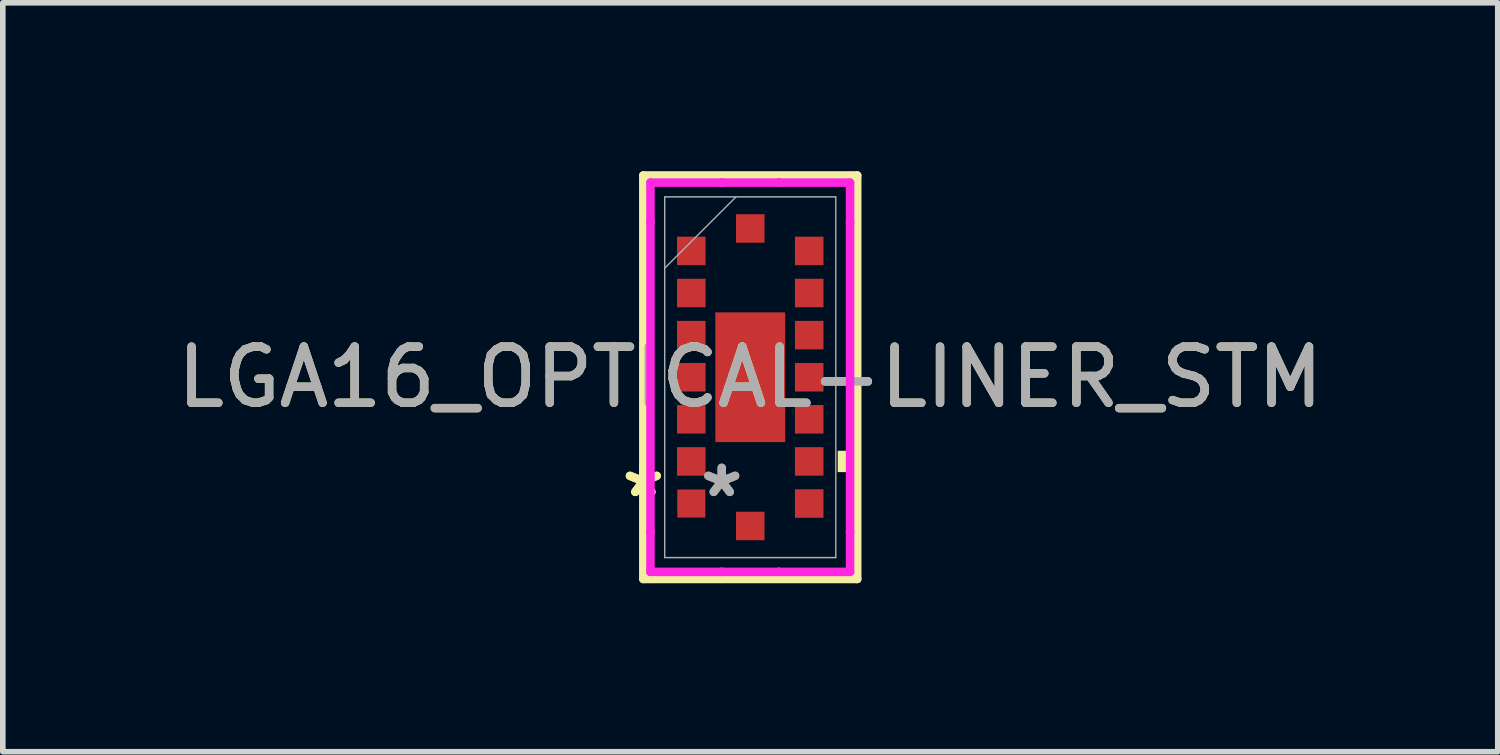
<source format=kicad_pcb>
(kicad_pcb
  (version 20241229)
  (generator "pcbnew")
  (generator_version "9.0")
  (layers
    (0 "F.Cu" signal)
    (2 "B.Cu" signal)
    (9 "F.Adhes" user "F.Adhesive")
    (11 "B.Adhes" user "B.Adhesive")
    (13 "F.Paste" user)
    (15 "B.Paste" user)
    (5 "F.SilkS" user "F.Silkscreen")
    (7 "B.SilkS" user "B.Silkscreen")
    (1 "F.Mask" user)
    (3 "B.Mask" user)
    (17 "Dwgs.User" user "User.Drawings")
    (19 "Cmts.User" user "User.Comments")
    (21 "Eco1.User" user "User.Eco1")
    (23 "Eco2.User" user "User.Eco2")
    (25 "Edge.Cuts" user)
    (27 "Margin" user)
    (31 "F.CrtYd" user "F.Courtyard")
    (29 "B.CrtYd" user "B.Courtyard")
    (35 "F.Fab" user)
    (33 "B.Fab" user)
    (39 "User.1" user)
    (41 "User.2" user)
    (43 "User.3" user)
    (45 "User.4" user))
  (footprint "LGA16_OPTICAL-LINER_STM"
    (layer "F.Cu")
    (at 10.315 3.67)
    (property "Reference" "LGA16_OPTICAL-LINER_STM" (at 0 0 0) (unlocked yes) (layer "F.SilkS") (effects (font (size 1 1) (thickness 0.15))))
    (attr smd)
    (fp_line (start -1.905 -3.594) (end -1.905 3.594) (stroke (width 0.152) (type solid)) (layer "F.SilkS"))
    (fp_line (start -1.905 3.594) (end 1.905 3.594) (stroke (width 0.152) (type solid)) (layer "F.SilkS"))
    (fp_line (start 1.905 -3.594) (end -1.905 -3.594) (stroke (width 0.152) (type solid)) (layer "F.SilkS"))
    (fp_line (start 1.905 3.594) (end 1.905 -3.594) (stroke (width 0.152) (type solid)) (layer "F.SilkS"))
    (fp_poly (pts (xy 1.812 1.31) (xy 1.812 1.69) (xy 1.558 1.69) (xy 1.558 1.31)) (stroke (width 0) (type solid)) (fill yes) (layer "F.SilkS"))
    (fp_line (start -1.778 -3.467) (end -0.508 -3.467) (stroke (width 0.152) (type solid)) (layer "F.CrtYd"))
    (fp_line (start -1.778 -2.758) (end -1.778 -3.467) (stroke (width 0.152) (type solid)) (layer "F.CrtYd"))
    (fp_line (start -1.778 -2.758) (end -1.778 -2.758) (stroke (width 0.152) (type solid)) (layer "F.CrtYd"))
    (fp_line (start -1.778 2.758) (end -1.778 -2.758) (stroke (width 0.152) (type solid)) (layer "F.CrtYd"))
    (fp_line (start -1.778 2.758) (end -1.778 2.758) (stroke (width 0.152) (type solid)) (layer "F.CrtYd"))
    (fp_line (start -1.778 3.467) (end -1.778 2.758) (stroke (width 0.152) (type solid)) (layer "F.CrtYd"))
    (fp_line (start -0.508 -3.467) (end -0.508 -3.467) (stroke (width 0.152) (type solid)) (layer "F.CrtYd"))
    (fp_line (start -0.508 -3.467) (end 0.508 -3.467) (stroke (width 0.152) (type solid)) (layer "F.CrtYd"))
    (fp_line (start -0.508 3.467) (end -1.778 3.467) (stroke (width 0.152) (type solid)) (layer "F.CrtYd"))
    (fp_line (start -0.508 3.467) (end -0.508 3.467) (stroke (width 0.152) (type solid)) (layer "F.CrtYd"))
    (fp_line (start 0.508 -3.467) (end 0.508 -3.467) (stroke (width 0.152) (type solid)) (layer "F.CrtYd"))
    (fp_line (start 0.508 -3.467) (end 1.778 -3.467) (stroke (width 0.152) (type solid)) (layer "F.CrtYd"))
    (fp_line (start 0.508 3.467) (end -0.508 3.467) (stroke (width 0.152) (type solid)) (layer "F.CrtYd"))
    (fp_line (start 0.508 3.467) (end 0.508 3.467) (stroke (width 0.152) (type solid)) (layer "F.CrtYd"))
    (fp_line (start 1.778 -3.467) (end 1.778 -2.758) (stroke (width 0.152) (type solid)) (layer "F.CrtYd"))
    (fp_line (start 1.778 -2.758) (end 1.778 -2.758) (stroke (width 0.152) (type solid)) (layer "F.CrtYd"))
    (fp_line (start 1.778 -2.758) (end 1.778 2.758) (stroke (width 0.152) (type solid)) (layer "F.CrtYd"))
    (fp_line (start 1.778 2.758) (end 1.778 2.758) (stroke (width 0.152) (type solid)) (layer "F.CrtYd"))
    (fp_line (start 1.778 2.758) (end 1.778 3.467) (stroke (width 0.152) (type solid)) (layer "F.CrtYd"))
    (fp_line (start 1.778 3.467) (end 0.508 3.467) (stroke (width 0.152) (type solid)) (layer "F.CrtYd"))
    (fp_line (start -1.524 -3.213) (end -1.524 3.213) (stroke (width 0.025) (type solid)) (layer "F.Fab"))
    (fp_line (start -1.524 -1.943) (end -0.254 -3.213) (stroke (width 0.025) (type solid)) (layer "F.Fab"))
    (fp_line (start -1.524 3.213) (end 1.524 3.213) (stroke (width 0.025) (type solid)) (layer "F.Fab"))
    (fp_line (start 1.524 -3.213) (end -1.524 -3.213) (stroke (width 0.025) (type solid)) (layer "F.Fab"))
    (fp_line (start 1.524 3.213) (end 1.524 -3.213) (stroke (width 0.025) (type solid)) (layer "F.Fab"))
    (fp_text user "*" (at -1.905 2.159 0) (unlocked yes) (layer "F.SilkS") (effects (font (size 1 1) (thickness 0.15))))
    (fp_text user "*" (at -1.905 2.159 0) (layer "F.SilkS") (effects (font (size 1 1) (thickness 0.15))))
    (fp_text user "${REFERENCE}" (at 0 0 0) (unlocked yes) (layer "F.Fab") (effects (font (size 1 1) (thickness 0.15))))
    (fp_text user "*" (at -0.508 2.159 0) (unlocked yes) (layer "F.Fab") (effects (font (size 1 1) (thickness 0.15))))
    (fp_text user "*" (at -0.508 2.159 0) (layer "F.Fab") (effects (font (size 1 1) (thickness 0.15))))
    (pad "A1" smd rect (at -1.05 2.25 90) (size 0.5 0.5) (layers "F.Cu" "F.Mask" "F.Paste"))
    (pad "A2" smd rect (at -1.05 1.5 90) (size 0.508 0.508) (layers "F.Cu" "F.Mask" "F.Paste"))
    (pad "A3" smd rect (at -1.05 0.75 90) (size 0.508 0.508) (layers "F.Cu" "F.Mask" "F.Paste"))
    (pad "A4" smd rect (at -1.05 0 90) (size 0.508 0.508) (layers "F.Cu" "F.Mask" "F.Paste"))
    (pad "A5" smd rect (at -1.05 -0.75 90) (size 0.508 0.508) (layers "F.Cu" "F.Mask" "F.Paste"))
    (pad "A6" smd rect (at -1.05 -1.5 90) (size 0.508 0.508) (layers "F.Cu" "F.Mask" "F.Paste"))
    (pad "A7" smd rect (at -1.05 -2.25 90) (size 0.508 0.508) (layers "F.Cu" "F.Mask" "F.Paste"))
    (pad "B1" smd rect (at 0 2.65) (size 0.508 0.508) (layers "F.Cu" "F.Mask" "F.Paste"))
    (pad "B4" smd rect (at 0 0) (size 1.245 2.311) (layers "F.Cu" "F.Mask" "F.Paste"))
    (pad "B7" smd rect (at 0 -2.65) (size 0.508 0.508) (layers "F.Cu" "F.Mask" "F.Paste"))
    (pad "C1" smd rect (at 1.05 2.25 90) (size 0.508 0.508) (layers "F.Cu" "F.Mask" "F.Paste"))
    (pad "C2" smd rect (at 1.05 1.5 90) (size 0.508 0.508) (layers "F.Cu" "F.Mask" "F.Paste"))
    (pad "C3" smd rect (at 1.05 0.75 90) (size 0.508 0.508) (layers "F.Cu" "F.Mask" "F.Paste"))
    (pad "C4" smd rect (at 1.05 0 90) (size 0.508 0.508) (layers "F.Cu" "F.Mask" "F.Paste"))
    (pad "C5" smd rect (at 1.05 -0.75 90) (size 0.508 0.508) (layers "F.Cu" "F.Mask" "F.Paste"))
    (pad "C6" smd rect (at 1.05 -1.5 90) (size 0.508 0.508) (layers "F.Cu" "F.Mask" "F.Paste"))
    (pad "C7" smd rect (at 1.05 -2.25 90) (size 0.508 0.508) (layers "F.Cu" "F.Mask" "F.Paste")))
  (gr_rect
    (start -3 -3)
    (end 23.631 10.341)
    (stroke (width 0.1) (type default))
    (fill no)
    (layer "Edge.Cuts")))
</source>
